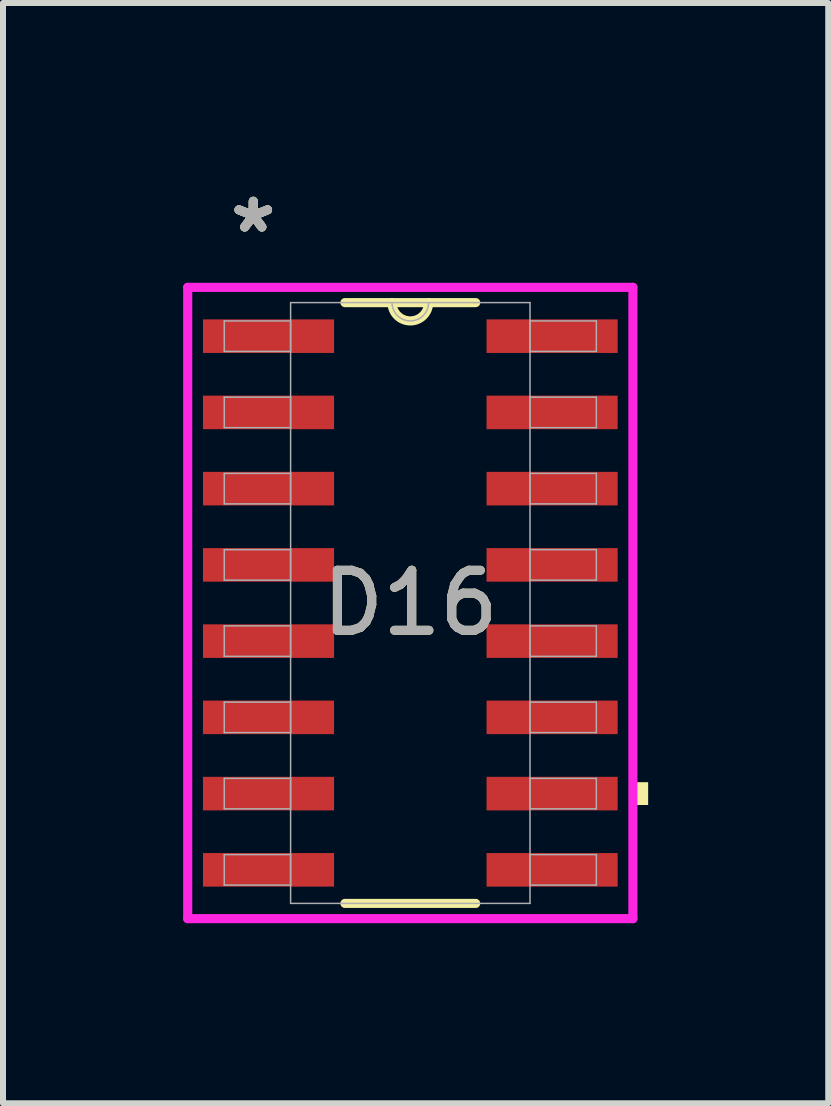
<source format=kicad_pcb>
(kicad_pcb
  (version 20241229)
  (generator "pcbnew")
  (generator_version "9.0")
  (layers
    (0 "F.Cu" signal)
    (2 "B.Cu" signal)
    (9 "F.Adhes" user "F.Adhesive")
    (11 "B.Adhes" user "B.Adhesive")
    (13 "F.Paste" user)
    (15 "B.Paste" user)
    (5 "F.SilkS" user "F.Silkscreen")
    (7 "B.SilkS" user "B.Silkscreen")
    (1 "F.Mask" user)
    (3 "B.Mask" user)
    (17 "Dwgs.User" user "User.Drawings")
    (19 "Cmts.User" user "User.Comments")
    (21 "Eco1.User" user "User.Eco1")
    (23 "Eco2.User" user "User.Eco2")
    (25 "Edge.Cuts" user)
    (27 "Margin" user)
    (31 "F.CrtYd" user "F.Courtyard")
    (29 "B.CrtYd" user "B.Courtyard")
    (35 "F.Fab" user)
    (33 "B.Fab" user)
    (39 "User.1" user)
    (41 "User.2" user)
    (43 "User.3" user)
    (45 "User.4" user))
  (footprint "D16"
    (layer "F.Cu")
    (at 3.785 6.995)
    (property "Reference" "D16" (at 0 0 0) (unlocked yes) (layer "F.SilkS") (effects (font (size 1 1) (thickness 0.15))))
    (attr smd)
    (fp_line (start -1.089 5.004) (end 1.089 5.004) (stroke (width 0.152) (type solid)) (layer "F.SilkS"))
    (fp_line (start 1.089 -5.004) (end -1.089 -5.004) (stroke (width 0.152) (type solid)) (layer "F.SilkS"))
    (fp_arc (start 0.3048 -5.0038) (mid 0 -4.699) (end -0.3048 -5.0038) (stroke (width 0.1524) (type solid)) (layer "F.SilkS"))
    (fp_poly (pts (xy 3.962 2.985) (xy 3.962 3.365) (xy 3.708 3.365) (xy 3.708 2.985)) (stroke (width 0) (type solid)) (fill yes) (layer "F.SilkS"))
    (fp_line (start -3.708 -5.258) (end 3.708 -5.258) (stroke (width 0.152) (type solid)) (layer "F.CrtYd"))
    (fp_line (start -3.708 5.258) (end -3.708 -5.258) (stroke (width 0.152) (type solid)) (layer "F.CrtYd"))
    (fp_line (start 3.708 -5.258) (end 3.708 5.258) (stroke (width 0.152) (type solid)) (layer "F.CrtYd"))
    (fp_line (start 3.708 5.258) (end -3.708 5.258) (stroke (width 0.152) (type solid)) (layer "F.CrtYd"))
    (fp_line (start -3.099 -4.699) (end -3.099 -4.191) (stroke (width 0.025) (type solid)) (layer "F.Fab"))
    (fp_line (start -3.099 -4.191) (end -1.994 -4.191) (stroke (width 0.025) (type solid)) (layer "F.Fab"))
    (fp_line (start -3.099 -3.429) (end -3.099 -2.921) (stroke (width 0.025) (type solid)) (layer "F.Fab"))
    (fp_line (start -3.099 -2.921) (end -1.994 -2.921) (stroke (width 0.025) (type solid)) (layer "F.Fab"))
    (fp_line (start -3.099 -2.159) (end -3.099 -1.651) (stroke (width 0.025) (type solid)) (layer "F.Fab"))
    (fp_line (start -3.099 -1.651) (end -1.994 -1.651) (stroke (width 0.025) (type solid)) (layer "F.Fab"))
    (fp_line (start -3.099 -0.889) (end -3.099 -0.381) (stroke (width 0.025) (type solid)) (layer "F.Fab"))
    (fp_line (start -3.099 -0.381) (end -1.994 -0.381) (stroke (width 0.025) (type solid)) (layer "F.Fab"))
    (fp_line (start -3.099 0.381) (end -3.099 0.889) (stroke (width 0.025) (type solid)) (layer "F.Fab"))
    (fp_line (start -3.099 0.889) (end -1.994 0.889) (stroke (width 0.025) (type solid)) (layer "F.Fab"))
    (fp_line (start -3.099 1.651) (end -3.099 2.159) (stroke (width 0.025) (type solid)) (layer "F.Fab"))
    (fp_line (start -3.099 2.159) (end -1.994 2.159) (stroke (width 0.025) (type solid)) (layer "F.Fab"))
    (fp_line (start -3.099 2.921) (end -3.099 3.429) (stroke (width 0.025) (type solid)) (layer "F.Fab"))
    (fp_line (start -3.099 3.429) (end -1.994 3.429) (stroke (width 0.025) (type solid)) (layer "F.Fab"))
    (fp_line (start -3.099 4.191) (end -3.099 4.699) (stroke (width 0.025) (type solid)) (layer "F.Fab"))
    (fp_line (start -3.099 4.699) (end -1.994 4.699) (stroke (width 0.025) (type solid)) (layer "F.Fab"))
    (fp_line (start -1.994 -5.004) (end -1.994 5.004) (stroke (width 0.025) (type solid)) (layer "F.Fab"))
    (fp_line (start -1.994 -4.699) (end -3.099 -4.699) (stroke (width 0.025) (type solid)) (layer "F.Fab"))
    (fp_line (start -1.994 -4.191) (end -1.994 -4.699) (stroke (width 0.025) (type solid)) (layer "F.Fab"))
    (fp_line (start -1.994 -3.429) (end -3.099 -3.429) (stroke (width 0.025) (type solid)) (layer "F.Fab"))
    (fp_line (start -1.994 -2.921) (end -1.994 -3.429) (stroke (width 0.025) (type solid)) (layer "F.Fab"))
    (fp_line (start -1.994 -2.159) (end -3.099 -2.159) (stroke (width 0.025) (type solid)) (layer "F.Fab"))
    (fp_line (start -1.994 -1.651) (end -1.994 -2.159) (stroke (width 0.025) (type solid)) (layer "F.Fab"))
    (fp_line (start -1.994 -0.889) (end -3.099 -0.889) (stroke (width 0.025) (type solid)) (layer "F.Fab"))
    (fp_line (start -1.994 -0.381) (end -1.994 -0.889) (stroke (width 0.025) (type solid)) (layer "F.Fab"))
    (fp_line (start -1.994 0.381) (end -3.099 0.381) (stroke (width 0.025) (type solid)) (layer "F.Fab"))
    (fp_line (start -1.994 0.889) (end -1.994 0.381) (stroke (width 0.025) (type solid)) (layer "F.Fab"))
    (fp_line (start -1.994 1.651) (end -3.099 1.651) (stroke (width 0.025) (type solid)) (layer "F.Fab"))
    (fp_line (start -1.994 2.159) (end -1.994 1.651) (stroke (width 0.025) (type solid)) (layer "F.Fab"))
    (fp_line (start -1.994 2.921) (end -3.099 2.921) (stroke (width 0.025) (type solid)) (layer "F.Fab"))
    (fp_line (start -1.994 3.429) (end -1.994 2.921) (stroke (width 0.025) (type solid)) (layer "F.Fab"))
    (fp_line (start -1.994 4.191) (end -3.099 4.191) (stroke (width 0.025) (type solid)) (layer "F.Fab"))
    (fp_line (start -1.994 4.699) (end -1.994 4.191) (stroke (width 0.025) (type solid)) (layer "F.Fab"))
    (fp_line (start -1.994 5.004) (end 1.994 5.004) (stroke (width 0.025) (type solid)) (layer "F.Fab"))
    (fp_line (start 1.994 -5.004) (end -1.994 -5.004) (stroke (width 0.025) (type solid)) (layer "F.Fab"))
    (fp_line (start 1.994 -4.699) (end 1.994 -4.191) (stroke (width 0.025) (type solid)) (layer "F.Fab"))
    (fp_line (start 1.994 -4.191) (end 3.099 -4.191) (stroke (width 0.025) (type solid)) (layer "F.Fab"))
    (fp_line (start 1.994 -3.429) (end 1.994 -2.921) (stroke (width 0.025) (type solid)) (layer "F.Fab"))
    (fp_line (start 1.994 -2.921) (end 3.099 -2.921) (stroke (width 0.025) (type solid)) (layer "F.Fab"))
    (fp_line (start 1.994 -2.159) (end 1.994 -1.651) (stroke (width 0.025) (type solid)) (layer "F.Fab"))
    (fp_line (start 1.994 -1.651) (end 3.099 -1.651) (stroke (width 0.025) (type solid)) (layer "F.Fab"))
    (fp_line (start 1.994 -0.889) (end 1.994 -0.381) (stroke (width 0.025) (type solid)) (layer "F.Fab"))
    (fp_line (start 1.994 -0.381) (end 3.099 -0.381) (stroke (width 0.025) (type solid)) (layer "F.Fab"))
    (fp_line (start 1.994 0.381) (end 1.994 0.889) (stroke (width 0.025) (type solid)) (layer "F.Fab"))
    (fp_line (start 1.994 0.889) (end 3.099 0.889) (stroke (width 0.025) (type solid)) (layer "F.Fab"))
    (fp_line (start 1.994 1.651) (end 1.994 2.159) (stroke (width 0.025) (type solid)) (layer "F.Fab"))
    (fp_line (start 1.994 2.159) (end 3.099 2.159) (stroke (width 0.025) (type solid)) (layer "F.Fab"))
    (fp_line (start 1.994 2.921) (end 1.994 3.429) (stroke (width 0.025) (type solid)) (layer "F.Fab"))
    (fp_line (start 1.994 3.429) (end 3.099 3.429) (stroke (width 0.025) (type solid)) (layer "F.Fab"))
    (fp_line (start 1.994 4.191) (end 1.994 4.699) (stroke (width 0.025) (type solid)) (layer "F.Fab"))
    (fp_line (start 1.994 4.699) (end 3.099 4.699) (stroke (width 0.025) (type solid)) (layer "F.Fab"))
    (fp_line (start 1.994 5.004) (end 1.994 -5.004) (stroke (width 0.025) (type solid)) (layer "F.Fab"))
    (fp_line (start 3.099 -4.699) (end 1.994 -4.699) (stroke (width 0.025) (type solid)) (layer "F.Fab"))
    (fp_line (start 3.099 -4.191) (end 3.099 -4.699) (stroke (width 0.025) (type solid)) (layer "F.Fab"))
    (fp_line (start 3.099 -3.429) (end 1.994 -3.429) (stroke (width 0.025) (type solid)) (layer "F.Fab"))
    (fp_line (start 3.099 -2.921) (end 3.099 -3.429) (stroke (width 0.025) (type solid)) (layer "F.Fab"))
    (fp_line (start 3.099 -2.159) (end 1.994 -2.159) (stroke (width 0.025) (type solid)) (layer "F.Fab"))
    (fp_line (start 3.099 -1.651) (end 3.099 -2.159) (stroke (width 0.025) (type solid)) (layer "F.Fab"))
    (fp_line (start 3.099 -0.889) (end 1.994 -0.889) (stroke (width 0.025) (type solid)) (layer "F.Fab"))
    (fp_line (start 3.099 -0.381) (end 3.099 -0.889) (stroke (width 0.025) (type solid)) (layer "F.Fab"))
    (fp_line (start 3.099 0.381) (end 1.994 0.381) (stroke (width 0.025) (type solid)) (layer "F.Fab"))
    (fp_line (start 3.099 0.889) (end 3.099 0.381) (stroke (width 0.025) (type solid)) (layer "F.Fab"))
    (fp_line (start 3.099 1.651) (end 1.994 1.651) (stroke (width 0.025) (type solid)) (layer "F.Fab"))
    (fp_line (start 3.099 2.159) (end 3.099 1.651) (stroke (width 0.025) (type solid)) (layer "F.Fab"))
    (fp_line (start 3.099 2.921) (end 1.994 2.921) (stroke (width 0.025) (type solid)) (layer "F.Fab"))
    (fp_line (start 3.099 3.429) (end 3.099 2.921) (stroke (width 0.025) (type solid)) (layer "F.Fab"))
    (fp_line (start 3.099 4.191) (end 1.994 4.191) (stroke (width 0.025) (type solid)) (layer "F.Fab"))
    (fp_line (start 3.099 4.699) (end 3.099 4.191) (stroke (width 0.025) (type solid)) (layer "F.Fab"))
    (fp_arc (start 0.3048 -5.0038) (mid 0 -4.699) (end -0.3048 -5.0038) (stroke (width 0.0254) (type solid)) (layer "F.Fab"))
    (fp_text user "*" (at -2.616 -6.147 0) (layer "F.SilkS") (effects (font (size 1 1) (thickness 0.15))))
    (fp_text user "*" (at -2.616 -6.147 0) (unlocked yes) (layer "F.SilkS") (effects (font (size 1 1) (thickness 0.15))))
    (fp_text user "*" (at -2.616 -6.147 0) (layer "F.Fab") (effects (font (size 1 1) (thickness 0.15))))
    (fp_text user "*" (at -2.616 -6.147 0) (unlocked yes) (layer "F.Fab") (effects (font (size 1 1) (thickness 0.15))))
    (fp_text user "${REFERENCE}" (at 0 0 0) (unlocked yes) (layer "F.Fab") (effects (font (size 1 1) (thickness 0.15))))
    (pad "1" smd rect (at -2.362 -4.445) (size 2.184 0.559) (layers "F.Cu" "F.Mask" "F.Paste"))
    (pad "2" smd rect (at -2.362 -3.175) (size 2.184 0.559) (layers "F.Cu" "F.Mask" "F.Paste"))
    (pad "3" smd rect (at -2.362 -1.905) (size 2.184 0.559) (layers "F.Cu" "F.Mask" "F.Paste"))
    (pad "4" smd rect (at -2.362 -0.635) (size 2.184 0.559) (layers "F.Cu" "F.Mask" "F.Paste"))
    (pad "5" smd rect (at -2.362 0.635) (size 2.184 0.559) (layers "F.Cu" "F.Mask" "F.Paste"))
    (pad "6" smd rect (at -2.362 1.905) (size 2.184 0.559) (layers "F.Cu" "F.Mask" "F.Paste"))
    (pad "7" smd rect (at -2.362 3.175) (size 2.184 0.559) (layers "F.Cu" "F.Mask" "F.Paste"))
    (pad "8" smd rect (at -2.362 4.445) (size 2.184 0.559) (layers "F.Cu" "F.Mask" "F.Paste"))
    (pad "9" smd rect (at 2.362 4.445) (size 2.184 0.559) (layers "F.Cu" "F.Mask" "F.Paste"))
    (pad "10" smd rect (at 2.362 3.175) (size 2.184 0.559) (layers "F.Cu" "F.Mask" "F.Paste"))
    (pad "11" smd rect (at 2.362 1.905) (size 2.184 0.559) (layers "F.Cu" "F.Mask" "F.Paste"))
    (pad "12" smd rect (at 2.362 0.635) (size 2.184 0.559) (layers "F.Cu" "F.Mask" "F.Paste"))
    (pad "13" smd rect (at 2.362 -0.635) (size 2.184 0.559) (layers "F.Cu" "F.Mask" "F.Paste"))
    (pad "14" smd rect (at 2.362 -1.905) (size 2.184 0.559) (layers "F.Cu" "F.Mask" "F.Paste"))
    (pad "15" smd rect (at 2.362 -3.175) (size 2.184 0.559) (layers "F.Cu" "F.Mask" "F.Paste"))
    (pad "16" smd rect (at 2.362 -4.445) (size 2.184 0.559) (layers "F.Cu" "F.Mask" "F.Paste")))
  (gr_rect
    (start -3 -3)
    (end 10.747 15.329)
    (stroke (width 0.1) (type default))
    (fill no)
    (layer "Edge.Cuts")))
</source>
